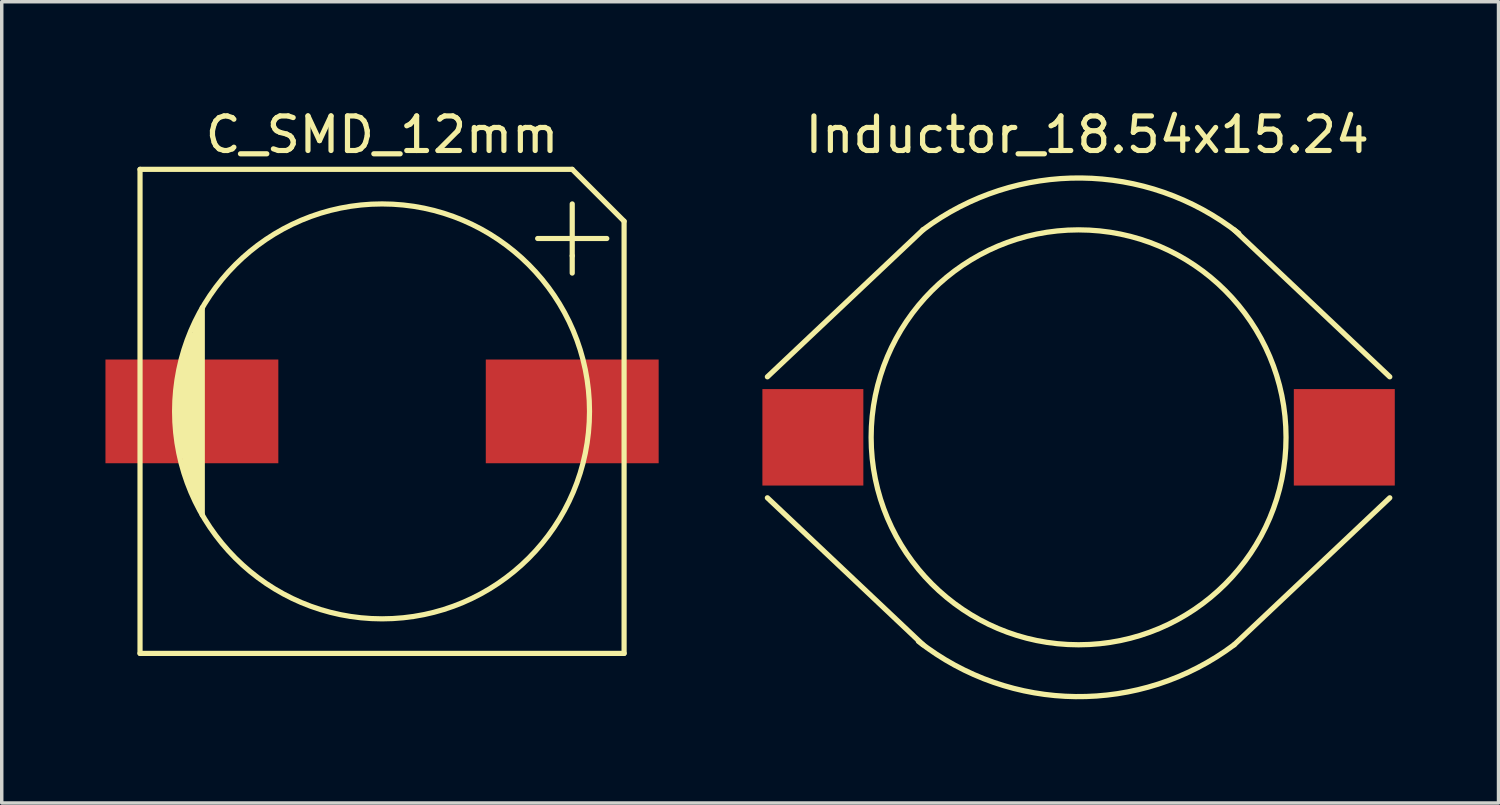
<source format=kicad_pcb>
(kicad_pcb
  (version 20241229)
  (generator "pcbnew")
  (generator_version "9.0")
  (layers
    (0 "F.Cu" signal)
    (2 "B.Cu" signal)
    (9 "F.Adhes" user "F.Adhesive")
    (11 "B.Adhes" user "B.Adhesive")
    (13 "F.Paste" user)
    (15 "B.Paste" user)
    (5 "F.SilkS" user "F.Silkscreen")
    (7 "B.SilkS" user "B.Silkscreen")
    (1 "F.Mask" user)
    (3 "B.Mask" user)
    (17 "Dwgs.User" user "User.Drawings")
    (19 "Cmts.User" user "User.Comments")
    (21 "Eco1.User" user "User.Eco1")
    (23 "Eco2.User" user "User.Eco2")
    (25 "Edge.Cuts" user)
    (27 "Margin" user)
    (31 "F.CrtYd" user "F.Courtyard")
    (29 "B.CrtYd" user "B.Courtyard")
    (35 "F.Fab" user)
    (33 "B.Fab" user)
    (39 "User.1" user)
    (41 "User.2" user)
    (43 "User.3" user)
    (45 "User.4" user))
  (footprint "Inductor_18.54x15.24"
    (layer "F.Cu")
    (at 28.145 9.598)
    (property "Reference" "Inductor_18.54x15.24" (at 0.25 -8.75 0) (layer "F.SilkS") (effects (font (size 1 1) (thickness 0.15))))
    (attr smd)
    (fp_line (start -9 1.75) (end -4.5 6) (stroke (width 0.152) (type solid)) (layer "F.SilkS"))
    (fp_line (start -4.5 -6) (end -9 -1.75) (stroke (width 0.152) (type solid)) (layer "F.SilkS"))
    (fp_line (start 9 -1.75) (end 4.5 -6) (stroke (width 0.152) (type solid)) (layer "F.SilkS"))
    (fp_line (start 9 1.75) (end 4.5 6) (stroke (width 0.152) (type solid)) (layer "F.SilkS"))
    (fp_arc (start -4.5 -6) (mid 0.082479 -7.499546) (end 4.630869 -5.89958) (stroke (width 0.1524) (type solid)) (layer "F.SilkS"))
    (fp_arc (start 4.5 6) (mid -0.082479 7.499546) (end -4.630869 5.89958) (stroke (width 0.1524) (type solid)) (layer "F.SilkS"))
    (fp_circle (center 0 0) (end 6 0) (stroke (width 0.152) (type solid)) (fill no) (layer "F.SilkS"))
    (pad "1" smd rect (at -7.685 0) (size 2.92 2.79) (layers "F.Cu" "F.Mask" "F.Paste"))
    (pad "2" smd rect (at 7.685 0) (size 2.92 2.79) (layers "F.Cu" "F.Mask" "F.Paste")))
  (footprint "C_SMD_12mm"
    (layer "F.Cu")
    (at 8 8.848)
    (property "Reference" "C_SMD_12mm" (at 0 -8 0) (layer "F.SilkS") (effects (font (size 1 1) (thickness 0.15))))
    (attr smd)
    (fp_line (start -7 7) (end -7 -7) (stroke (width 0.15) (type solid)) (layer "F.SilkS"))
    (fp_line (start -7 7) (end 7 7) (stroke (width 0.15) (type solid)) (layer "F.SilkS"))
    (fp_line (start -5.9 0.7) (end -5.9 -0.7) (stroke (width 0.15) (type solid)) (layer "F.SilkS"))
    (fp_line (start -5.8 -1.2) (end -5.8 1.3) (stroke (width 0.15) (type solid)) (layer "F.SilkS"))
    (fp_line (start -5.7 1.6) (end -5.7 -1.6) (stroke (width 0.15) (type solid)) (layer "F.SilkS"))
    (fp_line (start -5.7 1.6) (end -5.4 2.5) (stroke (width 0.15) (type solid)) (layer "F.SilkS"))
    (fp_line (start -5.6 -1.9) (end -5.6 1.9) (stroke (width 0.15) (type solid)) (layer "F.SilkS"))
    (fp_line (start -5.5 -2.1) (end -5.8 -1.2) (stroke (width 0.15) (type solid)) (layer "F.SilkS"))
    (fp_line (start -5.5 2.1) (end -5.5 -2.2) (stroke (width 0.15) (type solid)) (layer "F.SilkS"))
    (fp_line (start -5.4 -2.5) (end -5.4 2.4) (stroke (width 0.15) (type solid)) (layer "F.SilkS"))
    (fp_line (start -5.3 2.7) (end -5.3 -2.7) (stroke (width 0.15) (type solid)) (layer "F.SilkS"))
    (fp_line (start -5.2 -3) (end -5.2 3) (stroke (width 0.15) (type solid)) (layer "F.SilkS"))
    (fp_line (start 4.5 -5) (end 6.5 -5) (stroke (width 0.15) (type solid)) (layer "F.SilkS"))
    (fp_line (start 5.5 -7) (end -7 -7) (stroke (width 0.15) (type solid)) (layer "F.SilkS"))
    (fp_line (start 5.5 -7) (end 7 -5.5) (stroke (width 0.15) (type solid)) (layer "F.SilkS"))
    (fp_line (start 5.5 -6) (end 5.5 -4.5) (stroke (width 0.15) (type solid)) (layer "F.SilkS"))
    (fp_line (start 5.5 -4) (end 5.5 -4.5) (stroke (width 0.15) (type solid)) (layer "F.SilkS"))
    (fp_line (start 7 -5.5) (end 7 7) (stroke (width 0.15) (type solid)) (layer "F.SilkS"))
    (fp_circle (center 0 0) (end 6 0) (stroke (width 0.15) (type solid)) (fill no) (layer "F.SilkS"))
    (pad "1" smd rect (at 5.5 0) (size 5 3) (layers "F.Cu" "F.Mask" "F.Paste"))
    (pad "2" smd rect (at -5.5 0) (size 5 3) (layers "F.Cu" "F.Mask" "F.Paste")))
  (gr_rect
    (start -3 -3)
    (end 40.29 20.174)
    (stroke (width 0.1) (type default))
    (fill no)
    (layer "Edge.Cuts")))
</source>
